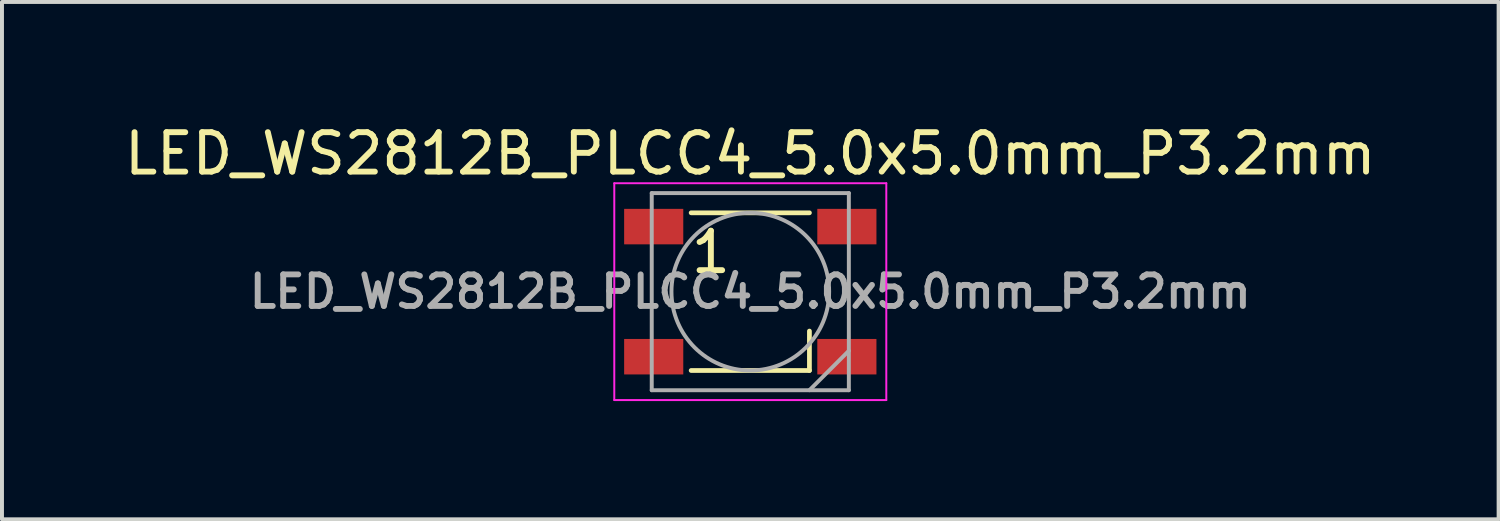
<source format=kicad_pcb>
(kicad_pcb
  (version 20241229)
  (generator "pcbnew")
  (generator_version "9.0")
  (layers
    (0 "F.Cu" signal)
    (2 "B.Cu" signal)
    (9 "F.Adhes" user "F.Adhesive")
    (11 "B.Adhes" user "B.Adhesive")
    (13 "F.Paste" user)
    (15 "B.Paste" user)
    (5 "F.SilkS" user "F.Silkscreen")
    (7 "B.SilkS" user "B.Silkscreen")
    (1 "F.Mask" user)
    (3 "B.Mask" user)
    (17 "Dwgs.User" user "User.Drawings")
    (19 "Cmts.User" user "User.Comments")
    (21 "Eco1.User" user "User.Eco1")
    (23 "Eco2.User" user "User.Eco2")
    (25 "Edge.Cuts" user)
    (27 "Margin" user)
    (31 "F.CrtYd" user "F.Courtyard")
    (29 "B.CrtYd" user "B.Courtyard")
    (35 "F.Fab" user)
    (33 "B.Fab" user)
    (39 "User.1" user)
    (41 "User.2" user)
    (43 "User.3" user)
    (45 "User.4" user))
  (footprint "LED_WS2812B_PLCC4_5.0x5.0mm_P3.2mm"
    (layer "F.Cu")
    (at 15.982 4.348)
    (property "Reference" "LED_WS2812B_PLCC4_5.0x5.0mm_P3.2mm" (at 0 -3.5 0) (layer "F.SilkS") (effects (font (size 1 1) (thickness 0.15))))
    (attr smd)
    (fp_line (start -1.5 -2) (end 1.5 -2) (stroke (width 0.12) (type solid)) (layer "F.SilkS"))
    (fp_line (start -1.5 2) (end 1.5 2) (stroke (width 0.12) (type solid)) (layer "F.SilkS"))
    (fp_line (start 1.5 2) (end 1.5 1) (stroke (width 0.12) (type solid)) (layer "F.SilkS"))
    (fp_line (start -3.45 -2.75) (end -3.45 2.75) (stroke (width 0.05) (type solid)) (layer "F.CrtYd"))
    (fp_line (start -3.45 2.75) (end 3.45 2.75) (stroke (width 0.05) (type solid)) (layer "F.CrtYd"))
    (fp_line (start 3.45 -2.75) (end -3.45 -2.75) (stroke (width 0.05) (type solid)) (layer "F.CrtYd"))
    (fp_line (start 3.45 2.75) (end 3.45 -2.75) (stroke (width 0.05) (type solid)) (layer "F.CrtYd"))
    (fp_line (start -2.5 -2.5) (end -2.5 2.5) (stroke (width 0.1) (type solid)) (layer "F.Fab"))
    (fp_line (start -2.5 2.5) (end 2.5 2.5) (stroke (width 0.1) (type solid)) (layer "F.Fab"))
    (fp_line (start 2.5 -2.5) (end -2.5 -2.5) (stroke (width 0.1) (type solid)) (layer "F.Fab"))
    (fp_line (start 2.5 1.5) (end 1.5 2.5) (stroke (width 0.1) (type solid)) (layer "F.Fab"))
    (fp_line (start 2.5 2.5) (end 2.5 -2.5) (stroke (width 0.1) (type solid)) (layer "F.Fab"))
    (fp_circle (center 0 0) (end 0 -2) (stroke (width 0.1) (type solid)) (fill no) (layer "F.Fab"))
    (fp_text user "1" (at -1 -1 0) (layer "F.SilkS") (effects (font (size 1 1) (thickness 0.15))))
    (fp_text user "${REFERENCE}" (at 0 0 0) (layer "F.Fab") (effects (font (size 0.8 0.8) (thickness 0.15))))
    (pad "1" smd rect (at -2.45 -1.65) (size 1.5 0.9) (layers "F.Cu" "F.Mask" "F.Paste"))
    (pad "2" smd rect (at -2.45 1.65) (size 1.5 0.9) (layers "F.Cu" "F.Mask" "F.Paste"))
    (pad "3" smd rect (at 2.45 1.65) (size 1.5 0.9) (layers "F.Cu" "F.Mask" "F.Paste"))
    (pad "4" smd rect (at 2.45 -1.65) (size 1.5 0.9) (layers "F.Cu" "F.Mask" "F.Paste")))
  (gr_rect
    (start -3 -3)
    (end 34.964 10.123)
    (stroke (width 0.1) (type default))
    (fill no)
    (layer "Edge.Cuts")))
</source>
